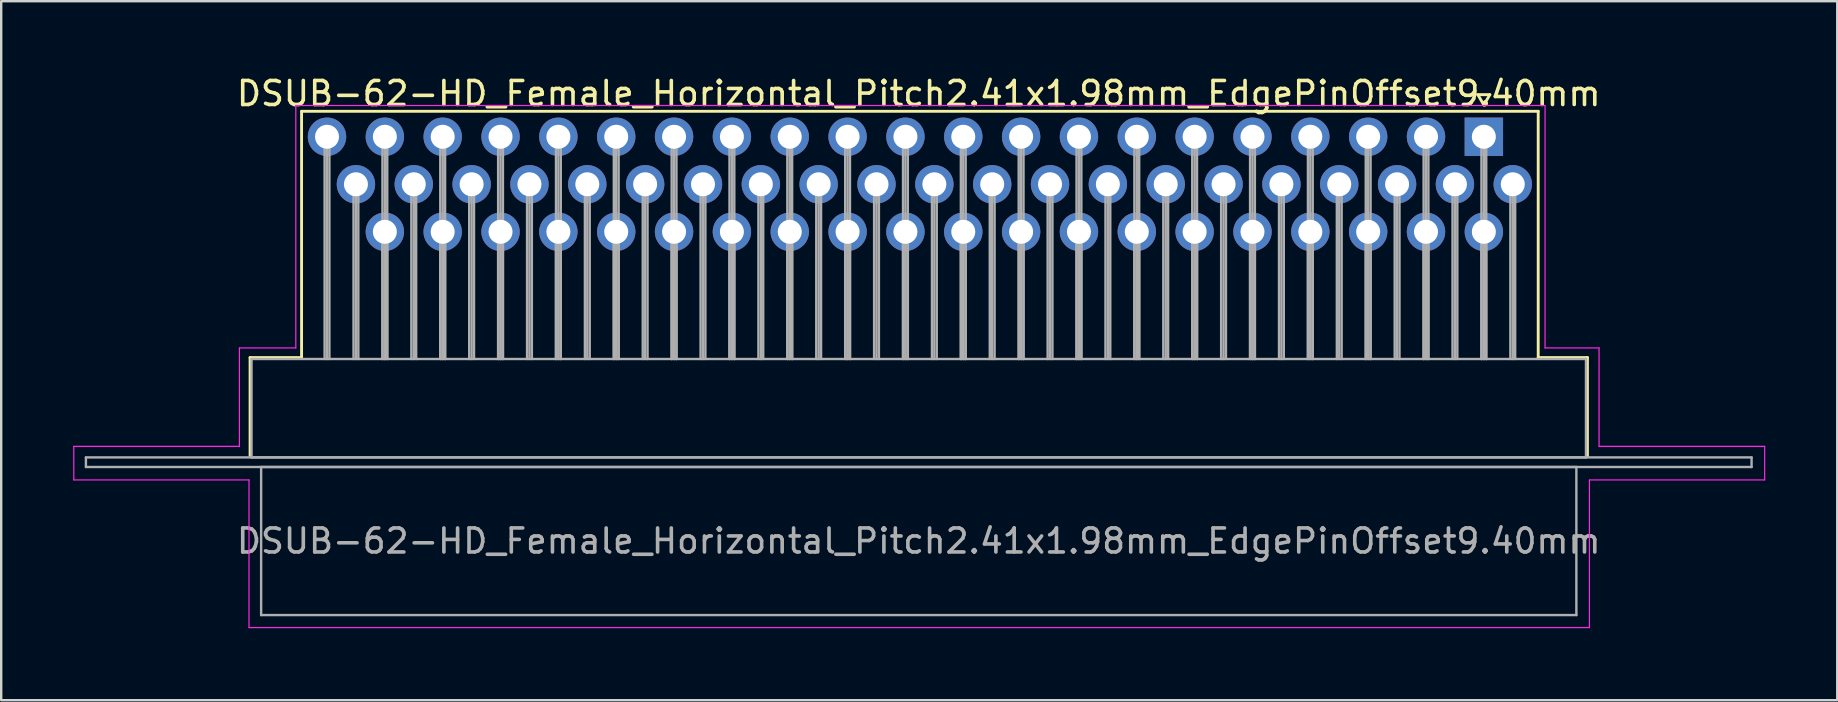
<source format=kicad_pcb>
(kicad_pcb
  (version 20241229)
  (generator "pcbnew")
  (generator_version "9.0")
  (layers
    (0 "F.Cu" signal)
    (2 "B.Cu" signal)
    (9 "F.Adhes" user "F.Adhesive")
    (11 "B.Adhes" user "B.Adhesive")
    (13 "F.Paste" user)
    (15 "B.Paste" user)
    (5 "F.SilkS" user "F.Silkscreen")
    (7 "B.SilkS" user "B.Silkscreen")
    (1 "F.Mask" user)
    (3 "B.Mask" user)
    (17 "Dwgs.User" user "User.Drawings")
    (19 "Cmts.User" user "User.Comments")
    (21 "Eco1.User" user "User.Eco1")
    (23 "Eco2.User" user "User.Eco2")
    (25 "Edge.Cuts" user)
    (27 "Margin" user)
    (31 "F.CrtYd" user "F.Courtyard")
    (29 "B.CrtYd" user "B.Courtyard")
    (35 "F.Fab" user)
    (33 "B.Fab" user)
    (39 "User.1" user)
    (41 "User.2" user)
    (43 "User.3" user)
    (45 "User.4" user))
  (footprint "DSUB-62-HD_Female_Horizontal_Pitch2.41x1.98mm_EdgePinOffset9.40mm"
    (layer "F.Cu")
    (at 58.775 2.648)
    (property "Reference" "DSUB-62-HD_Female_Horizontal_Pitch2.41x1.98mm_EdgePinOffset9.40mm" (at -23.545 -1.8 0) (layer "F.SilkS") (effects (font (size 1 1) (thickness 0.15))))
    (attr through_hole)
    (fp_line (start -51.405 9.2) (end -49.26 9.2) (stroke (width 0.12) (type solid)) (layer "F.SilkS"))
    (fp_line (start -51.405 13.3) (end -51.405 9.2) (stroke (width 0.12) (type solid)) (layer "F.SilkS"))
    (fp_line (start -49.26 -1.06) (end 2.265 -1.06) (stroke (width 0.12) (type solid)) (layer "F.SilkS"))
    (fp_line (start -49.26 9.2) (end -49.26 -1.06) (stroke (width 0.12) (type solid)) (layer "F.SilkS"))
    (fp_line (start -0.25 -1.754) (end 0.25 -1.754) (stroke (width 0.12) (type solid)) (layer "F.SilkS"))
    (fp_line (start 0 -1.321) (end -0.25 -1.754) (stroke (width 0.12) (type solid)) (layer "F.SilkS"))
    (fp_line (start 0.25 -1.754) (end 0 -1.321) (stroke (width 0.12) (type solid)) (layer "F.SilkS"))
    (fp_line (start 2.265 -1.06) (end 2.265 9.2) (stroke (width 0.12) (type solid)) (layer "F.SilkS"))
    (fp_line (start 2.265 9.2) (end 4.315 9.2) (stroke (width 0.12) (type solid)) (layer "F.SilkS"))
    (fp_line (start 4.315 9.2) (end 4.315 13.3) (stroke (width 0.12) (type solid)) (layer "F.SilkS"))
    (fp_line (start -58.75 12.9) (end -51.85 12.9) (stroke (width 0.05) (type solid)) (layer "F.CrtYd"))
    (fp_line (start -58.75 14.3) (end -58.75 12.9) (stroke (width 0.05) (type solid)) (layer "F.CrtYd"))
    (fp_line (start -51.85 8.8) (end -49.5 8.8) (stroke (width 0.05) (type solid)) (layer "F.CrtYd"))
    (fp_line (start -51.85 12.9) (end -51.85 8.8) (stroke (width 0.05) (type solid)) (layer "F.CrtYd"))
    (fp_line (start -51.45 14.3) (end -58.75 14.3) (stroke (width 0.05) (type solid)) (layer "F.CrtYd"))
    (fp_line (start -51.45 20.45) (end -51.45 14.3) (stroke (width 0.05) (type solid)) (layer "F.CrtYd"))
    (fp_line (start -49.5 -1.3) (end 2.55 -1.3) (stroke (width 0.05) (type solid)) (layer "F.CrtYd"))
    (fp_line (start -49.5 8.8) (end -49.5 -1.3) (stroke (width 0.05) (type solid)) (layer "F.CrtYd"))
    (fp_line (start 2.55 -1.3) (end 2.55 8.8) (stroke (width 0.05) (type solid)) (layer "F.CrtYd"))
    (fp_line (start 2.55 8.8) (end 4.8 8.8) (stroke (width 0.05) (type solid)) (layer "F.CrtYd"))
    (fp_line (start 4.4 14.3) (end 4.4 20.45) (stroke (width 0.05) (type solid)) (layer "F.CrtYd"))
    (fp_line (start 4.4 20.45) (end -51.45 20.45) (stroke (width 0.05) (type solid)) (layer "F.CrtYd"))
    (fp_line (start 4.8 8.8) (end 4.8 12.9) (stroke (width 0.05) (type solid)) (layer "F.CrtYd"))
    (fp_line (start 4.8 12.9) (end 11.7 12.9) (stroke (width 0.05) (type solid)) (layer "F.CrtYd"))
    (fp_line (start 11.7 12.9) (end 11.7 14.3) (stroke (width 0.05) (type solid)) (layer "F.CrtYd"))
    (fp_line (start 11.7 14.3) (end 4.4 14.3) (stroke (width 0.05) (type solid)) (layer "F.CrtYd"))
    (fp_line (start -58.245 13.36) (end -58.245 13.76) (stroke (width 0.1) (type solid)) (layer "F.Fab"))
    (fp_line (start -58.245 13.76) (end 11.155 13.76) (stroke (width 0.1) (type solid)) (layer "F.Fab"))
    (fp_line (start -51.345 9.26) (end -51.345 13.36) (stroke (width 0.1) (type solid)) (layer "F.Fab"))
    (fp_line (start -51.345 13.36) (end 4.255 13.36) (stroke (width 0.1) (type solid)) (layer "F.Fab"))
    (fp_line (start -50.945 13.76) (end -50.945 19.93) (stroke (width 0.1) (type solid)) (layer "F.Fab"))
    (fp_line (start -50.945 19.93) (end 3.855 19.93) (stroke (width 0.1) (type solid)) (layer "F.Fab"))
    (fp_line (start -48.3 0) (end -48.3 9.26) (stroke (width 0.1) (type solid)) (layer "F.Fab"))
    (fp_line (start -48.2 0) (end -48.2 9.26) (stroke (width 0.1) (type solid)) (layer "F.Fab"))
    (fp_line (start -48.1 0) (end -48.1 9.26) (stroke (width 0.1) (type solid)) (layer "F.Fab"))
    (fp_line (start -47.095 1.98) (end -47.095 9.26) (stroke (width 0.1) (type solid)) (layer "F.Fab"))
    (fp_line (start -46.995 1.98) (end -46.995 9.26) (stroke (width 0.1) (type solid)) (layer "F.Fab"))
    (fp_line (start -46.895 1.98) (end -46.895 9.26) (stroke (width 0.1) (type solid)) (layer "F.Fab"))
    (fp_line (start -45.89 0) (end -45.89 9.26) (stroke (width 0.1) (type solid)) (layer "F.Fab"))
    (fp_line (start -45.89 3.96) (end -45.89 9.26) (stroke (width 0.1) (type solid)) (layer "F.Fab"))
    (fp_line (start -45.79 0) (end -45.79 9.26) (stroke (width 0.1) (type solid)) (layer "F.Fab"))
    (fp_line (start -45.79 3.96) (end -45.79 9.26) (stroke (width 0.1) (type solid)) (layer "F.Fab"))
    (fp_line (start -45.69 0) (end -45.69 9.26) (stroke (width 0.1) (type solid)) (layer "F.Fab"))
    (fp_line (start -45.69 3.96) (end -45.69 9.26) (stroke (width 0.1) (type solid)) (layer "F.Fab"))
    (fp_line (start -44.685 1.98) (end -44.685 9.26) (stroke (width 0.1) (type solid)) (layer "F.Fab"))
    (fp_line (start -44.585 1.98) (end -44.585 9.26) (stroke (width 0.1) (type solid)) (layer "F.Fab"))
    (fp_line (start -44.485 1.98) (end -44.485 9.26) (stroke (width 0.1) (type solid)) (layer "F.Fab"))
    (fp_line (start -43.48 0) (end -43.48 9.26) (stroke (width 0.1) (type solid)) (layer "F.Fab"))
    (fp_line (start -43.48 3.96) (end -43.48 9.26) (stroke (width 0.1) (type solid)) (layer "F.Fab"))
    (fp_line (start -43.38 0) (end -43.38 9.26) (stroke (width 0.1) (type solid)) (layer "F.Fab"))
    (fp_line (start -43.38 3.96) (end -43.38 9.26) (stroke (width 0.1) (type solid)) (layer "F.Fab"))
    (fp_line (start -43.28 0) (end -43.28 9.26) (stroke (width 0.1) (type solid)) (layer "F.Fab"))
    (fp_line (start -43.28 3.96) (end -43.28 9.26) (stroke (width 0.1) (type solid)) (layer "F.Fab"))
    (fp_line (start -42.275 1.98) (end -42.275 9.26) (stroke (width 0.1) (type solid)) (layer "F.Fab"))
    (fp_line (start -42.175 1.98) (end -42.175 9.26) (stroke (width 0.1) (type solid)) (layer "F.Fab"))
    (fp_line (start -42.075 1.98) (end -42.075 9.26) (stroke (width 0.1) (type solid)) (layer "F.Fab"))
    (fp_line (start -41.07 0) (end -41.07 9.26) (stroke (width 0.1) (type solid)) (layer "F.Fab"))
    (fp_line (start -41.07 3.96) (end -41.07 9.26) (stroke (width 0.1) (type solid)) (layer "F.Fab"))
    (fp_line (start -40.97 0) (end -40.97 9.26) (stroke (width 0.1) (type solid)) (layer "F.Fab"))
    (fp_line (start -40.97 3.96) (end -40.97 9.26) (stroke (width 0.1) (type solid)) (layer "F.Fab"))
    (fp_line (start -40.87 0) (end -40.87 9.26) (stroke (width 0.1) (type solid)) (layer "F.Fab"))
    (fp_line (start -40.87 3.96) (end -40.87 9.26) (stroke (width 0.1) (type solid)) (layer "F.Fab"))
    (fp_line (start -39.865 1.98) (end -39.865 9.26) (stroke (width 0.1) (type solid)) (layer "F.Fab"))
    (fp_line (start -39.765 1.98) (end -39.765 9.26) (stroke (width 0.1) (type solid)) (layer "F.Fab"))
    (fp_line (start -39.665 1.98) (end -39.665 9.26) (stroke (width 0.1) (type solid)) (layer "F.Fab"))
    (fp_line (start -38.66 0) (end -38.66 9.26) (stroke (width 0.1) (type solid)) (layer "F.Fab"))
    (fp_line (start -38.66 3.96) (end -38.66 9.26) (stroke (width 0.1) (type solid)) (layer "F.Fab"))
    (fp_line (start -38.56 0) (end -38.56 9.26) (stroke (width 0.1) (type solid)) (layer "F.Fab"))
    (fp_line (start -38.56 3.96) (end -38.56 9.26) (stroke (width 0.1) (type solid)) (layer "F.Fab"))
    (fp_line (start -38.46 0) (end -38.46 9.26) (stroke (width 0.1) (type solid)) (layer "F.Fab"))
    (fp_line (start -38.46 3.96) (end -38.46 9.26) (stroke (width 0.1) (type solid)) (layer "F.Fab"))
    (fp_line (start -37.455 1.98) (end -37.455 9.26) (stroke (width 0.1) (type solid)) (layer "F.Fab"))
    (fp_line (start -37.355 1.98) (end -37.355 9.26) (stroke (width 0.1) (type solid)) (layer "F.Fab"))
    (fp_line (start -37.255 1.98) (end -37.255 9.26) (stroke (width 0.1) (type solid)) (layer "F.Fab"))
    (fp_line (start -36.25 0) (end -36.25 9.26) (stroke (width 0.1) (type solid)) (layer "F.Fab"))
    (fp_line (start -36.25 3.96) (end -36.25 9.26) (stroke (width 0.1) (type solid)) (layer "F.Fab"))
    (fp_line (start -36.15 0) (end -36.15 9.26) (stroke (width 0.1) (type solid)) (layer "F.Fab"))
    (fp_line (start -36.15 3.96) (end -36.15 9.26) (stroke (width 0.1) (type solid)) (layer "F.Fab"))
    (fp_line (start -36.05 0) (end -36.05 9.26) (stroke (width 0.1) (type solid)) (layer "F.Fab"))
    (fp_line (start -36.05 3.96) (end -36.05 9.26) (stroke (width 0.1) (type solid)) (layer "F.Fab"))
    (fp_line (start -35.045 1.98) (end -35.045 9.26) (stroke (width 0.1) (type solid)) (layer "F.Fab"))
    (fp_line (start -34.945 1.98) (end -34.945 9.26) (stroke (width 0.1) (type solid)) (layer "F.Fab"))
    (fp_line (start -34.845 1.98) (end -34.845 9.26) (stroke (width 0.1) (type solid)) (layer "F.Fab"))
    (fp_line (start -33.84 0) (end -33.84 9.26) (stroke (width 0.1) (type solid)) (layer "F.Fab"))
    (fp_line (start -33.84 3.96) (end -33.84 9.26) (stroke (width 0.1) (type solid)) (layer "F.Fab"))
    (fp_line (start -33.74 0) (end -33.74 9.26) (stroke (width 0.1) (type solid)) (layer "F.Fab"))
    (fp_line (start -33.74 3.96) (end -33.74 9.26) (stroke (width 0.1) (type solid)) (layer "F.Fab"))
    (fp_line (start -33.64 0) (end -33.64 9.26) (stroke (width 0.1) (type solid)) (layer "F.Fab"))
    (fp_line (start -33.64 3.96) (end -33.64 9.26) (stroke (width 0.1) (type solid)) (layer "F.Fab"))
    (fp_line (start -32.635 1.98) (end -32.635 9.26) (stroke (width 0.1) (type solid)) (layer "F.Fab"))
    (fp_line (start -32.535 1.98) (end -32.535 9.26) (stroke (width 0.1) (type solid)) (layer "F.Fab"))
    (fp_line (start -32.435 1.98) (end -32.435 9.26) (stroke (width 0.1) (type solid)) (layer "F.Fab"))
    (fp_line (start -31.43 0) (end -31.43 9.26) (stroke (width 0.1) (type solid)) (layer "F.Fab"))
    (fp_line (start -31.43 3.96) (end -31.43 9.26) (stroke (width 0.1) (type solid)) (layer "F.Fab"))
    (fp_line (start -31.33 0) (end -31.33 9.26) (stroke (width 0.1) (type solid)) (layer "F.Fab"))
    (fp_line (start -31.33 3.96) (end -31.33 9.26) (stroke (width 0.1) (type solid)) (layer "F.Fab"))
    (fp_line (start -31.23 0) (end -31.23 9.26) (stroke (width 0.1) (type solid)) (layer "F.Fab"))
    (fp_line (start -31.23 3.96) (end -31.23 9.26) (stroke (width 0.1) (type solid)) (layer "F.Fab"))
    (fp_line (start -30.225 1.98) (end -30.225 9.26) (stroke (width 0.1) (type solid)) (layer "F.Fab"))
    (fp_line (start -30.125 1.98) (end -30.125 9.26) (stroke (width 0.1) (type solid)) (layer "F.Fab"))
    (fp_line (start -30.025 1.98) (end -30.025 9.26) (stroke (width 0.1) (type solid)) (layer "F.Fab"))
    (fp_line (start -29.02 0) (end -29.02 9.26) (stroke (width 0.1) (type solid)) (layer "F.Fab"))
    (fp_line (start -29.02 3.96) (end -29.02 9.26) (stroke (width 0.1) (type solid)) (layer "F.Fab"))
    (fp_line (start -28.92 0) (end -28.92 9.26) (stroke (width 0.1) (type solid)) (layer "F.Fab"))
    (fp_line (start -28.92 3.96) (end -28.92 9.26) (stroke (width 0.1) (type solid)) (layer "F.Fab"))
    (fp_line (start -28.82 0) (end -28.82 9.26) (stroke (width 0.1) (type solid)) (layer "F.Fab"))
    (fp_line (start -28.82 3.96) (end -28.82 9.26) (stroke (width 0.1) (type solid)) (layer "F.Fab"))
    (fp_line (start -27.815 1.98) (end -27.815 9.26) (stroke (width 0.1) (type solid)) (layer "F.Fab"))
    (fp_line (start -27.715 1.98) (end -27.715 9.26) (stroke (width 0.1) (type solid)) (layer "F.Fab"))
    (fp_line (start -27.615 1.98) (end -27.615 9.26) (stroke (width 0.1) (type solid)) (layer "F.Fab"))
    (fp_line (start -26.61 0) (end -26.61 9.26) (stroke (width 0.1) (type solid)) (layer "F.Fab"))
    (fp_line (start -26.61 3.96) (end -26.61 9.26) (stroke (width 0.1) (type solid)) (layer "F.Fab"))
    (fp_line (start -26.51 0) (end -26.51 9.26) (stroke (width 0.1) (type solid)) (layer "F.Fab"))
    (fp_line (start -26.51 3.96) (end -26.51 9.26) (stroke (width 0.1) (type solid)) (layer "F.Fab"))
    (fp_line (start -26.41 0) (end -26.41 9.26) (stroke (width 0.1) (type solid)) (layer "F.Fab"))
    (fp_line (start -26.41 3.96) (end -26.41 9.26) (stroke (width 0.1) (type solid)) (layer "F.Fab"))
    (fp_line (start -25.405 1.98) (end -25.405 9.26) (stroke (width 0.1) (type solid)) (layer "F.Fab"))
    (fp_line (start -25.305 1.98) (end -25.305 9.26) (stroke (width 0.1) (type solid)) (layer "F.Fab"))
    (fp_line (start -25.205 1.98) (end -25.205 9.26) (stroke (width 0.1) (type solid)) (layer "F.Fab"))
    (fp_line (start -24.2 0) (end -24.2 9.26) (stroke (width 0.1) (type solid)) (layer "F.Fab"))
    (fp_line (start -24.2 3.96) (end -24.2 9.26) (stroke (width 0.1) (type solid)) (layer "F.Fab"))
    (fp_line (start -24.1 0) (end -24.1 9.26) (stroke (width 0.1) (type solid)) (layer "F.Fab"))
    (fp_line (start -24.1 3.96) (end -24.1 9.26) (stroke (width 0.1) (type solid)) (layer "F.Fab"))
    (fp_line (start -24 0) (end -24 9.26) (stroke (width 0.1) (type solid)) (layer "F.Fab"))
    (fp_line (start -24 3.96) (end -24 9.26) (stroke (width 0.1) (type solid)) (layer "F.Fab"))
    (fp_line (start -22.995 1.98) (end -22.995 9.26) (stroke (width 0.1) (type solid)) (layer "F.Fab"))
    (fp_line (start -22.895 1.98) (end -22.895 9.26) (stroke (width 0.1) (type solid)) (layer "F.Fab"))
    (fp_line (start -22.795 1.98) (end -22.795 9.26) (stroke (width 0.1) (type solid)) (layer "F.Fab"))
    (fp_line (start -21.79 0) (end -21.79 9.26) (stroke (width 0.1) (type solid)) (layer "F.Fab"))
    (fp_line (start -21.79 3.96) (end -21.79 9.26) (stroke (width 0.1) (type solid)) (layer "F.Fab"))
    (fp_line (start -21.69 0) (end -21.69 9.26) (stroke (width 0.1) (type solid)) (layer "F.Fab"))
    (fp_line (start -21.69 3.96) (end -21.69 9.26) (stroke (width 0.1) (type solid)) (layer "F.Fab"))
    (fp_line (start -21.59 0) (end -21.59 9.26) (stroke (width 0.1) (type solid)) (layer "F.Fab"))
    (fp_line (start -21.59 3.96) (end -21.59 9.26) (stroke (width 0.1) (type solid)) (layer "F.Fab"))
    (fp_line (start -20.585 1.98) (end -20.585 9.26) (stroke (width 0.1) (type solid)) (layer "F.Fab"))
    (fp_line (start -20.485 1.98) (end -20.485 9.26) (stroke (width 0.1) (type solid)) (layer "F.Fab"))
    (fp_line (start -20.385 1.98) (end -20.385 9.26) (stroke (width 0.1) (type solid)) (layer "F.Fab"))
    (fp_line (start -19.38 0) (end -19.38 9.26) (stroke (width 0.1) (type solid)) (layer "F.Fab"))
    (fp_line (start -19.38 3.96) (end -19.38 9.26) (stroke (width 0.1) (type solid)) (layer "F.Fab"))
    (fp_line (start -19.28 0) (end -19.28 9.26) (stroke (width 0.1) (type solid)) (layer "F.Fab"))
    (fp_line (start -19.28 3.96) (end -19.28 9.26) (stroke (width 0.1) (type solid)) (layer "F.Fab"))
    (fp_line (start -19.18 0) (end -19.18 9.26) (stroke (width 0.1) (type solid)) (layer "F.Fab"))
    (fp_line (start -19.18 3.96) (end -19.18 9.26) (stroke (width 0.1) (type solid)) (layer "F.Fab"))
    (fp_line (start -18.175 1.98) (end -18.175 9.26) (stroke (width 0.1) (type solid)) (layer "F.Fab"))
    (fp_line (start -18.075 1.98) (end -18.075 9.26) (stroke (width 0.1) (type solid)) (layer "F.Fab"))
    (fp_line (start -17.975 1.98) (end -17.975 9.26) (stroke (width 0.1) (type solid)) (layer "F.Fab"))
    (fp_line (start -16.97 0) (end -16.97 9.26) (stroke (width 0.1) (type solid)) (layer "F.Fab"))
    (fp_line (start -16.97 3.96) (end -16.97 9.26) (stroke (width 0.1) (type solid)) (layer "F.Fab"))
    (fp_line (start -16.87 0) (end -16.87 9.26) (stroke (width 0.1) (type solid)) (layer "F.Fab"))
    (fp_line (start -16.87 3.96) (end -16.87 9.26) (stroke (width 0.1) (type solid)) (layer "F.Fab"))
    (fp_line (start -16.77 0) (end -16.77 9.26) (stroke (width 0.1) (type solid)) (layer "F.Fab"))
    (fp_line (start -16.77 3.96) (end -16.77 9.26) (stroke (width 0.1) (type solid)) (layer "F.Fab"))
    (fp_line (start -15.765 1.98) (end -15.765 9.26) (stroke (width 0.1) (type solid)) (layer "F.Fab"))
    (fp_line (start -15.665 1.98) (end -15.665 9.26) (stroke (width 0.1) (type solid)) (layer "F.Fab"))
    (fp_line (start -15.565 1.98) (end -15.565 9.26) (stroke (width 0.1) (type solid)) (layer "F.Fab"))
    (fp_line (start -14.56 0) (end -14.56 9.26) (stroke (width 0.1) (type solid)) (layer "F.Fab"))
    (fp_line (start -14.56 3.96) (end -14.56 9.26) (stroke (width 0.1) (type solid)) (layer "F.Fab"))
    (fp_line (start -14.46 0) (end -14.46 9.26) (stroke (width 0.1) (type solid)) (layer "F.Fab"))
    (fp_line (start -14.46 3.96) (end -14.46 9.26) (stroke (width 0.1) (type solid)) (layer "F.Fab"))
    (fp_line (start -14.36 0) (end -14.36 9.26) (stroke (width 0.1) (type solid)) (layer "F.Fab"))
    (fp_line (start -14.36 3.96) (end -14.36 9.26) (stroke (width 0.1) (type solid)) (layer "F.Fab"))
    (fp_line (start -13.355 1.98) (end -13.355 9.26) (stroke (width 0.1) (type solid)) (layer "F.Fab"))
    (fp_line (start -13.255 1.98) (end -13.255 9.26) (stroke (width 0.1) (type solid)) (layer "F.Fab"))
    (fp_line (start -13.155 1.98) (end -13.155 9.26) (stroke (width 0.1) (type solid)) (layer "F.Fab"))
    (fp_line (start -12.15 0) (end -12.15 9.26) (stroke (width 0.1) (type solid)) (layer "F.Fab"))
    (fp_line (start -12.15 3.96) (end -12.15 9.26) (stroke (width 0.1) (type solid)) (layer "F.Fab"))
    (fp_line (start -12.05 0) (end -12.05 9.26) (stroke (width 0.1) (type solid)) (layer "F.Fab"))
    (fp_line (start -12.05 3.96) (end -12.05 9.26) (stroke (width 0.1) (type solid)) (layer "F.Fab"))
    (fp_line (start -11.95 0) (end -11.95 9.26) (stroke (width 0.1) (type solid)) (layer "F.Fab"))
    (fp_line (start -11.95 3.96) (end -11.95 9.26) (stroke (width 0.1) (type solid)) (layer "F.Fab"))
    (fp_line (start -10.945 1.98) (end -10.945 9.26) (stroke (width 0.1) (type solid)) (layer "F.Fab"))
    (fp_line (start -10.845 1.98) (end -10.845 9.26) (stroke (width 0.1) (type solid)) (layer "F.Fab"))
    (fp_line (start -10.745 1.98) (end -10.745 9.26) (stroke (width 0.1) (type solid)) (layer "F.Fab"))
    (fp_line (start -9.74 0) (end -9.74 9.26) (stroke (width 0.1) (type solid)) (layer "F.Fab"))
    (fp_line (start -9.74 3.96) (end -9.74 9.26) (stroke (width 0.1) (type solid)) (layer "F.Fab"))
    (fp_line (start -9.64 0) (end -9.64 9.26) (stroke (width 0.1) (type solid)) (layer "F.Fab"))
    (fp_line (start -9.64 3.96) (end -9.64 9.26) (stroke (width 0.1) (type solid)) (layer "F.Fab"))
    (fp_line (start -9.54 0) (end -9.54 9.26) (stroke (width 0.1) (type solid)) (layer "F.Fab"))
    (fp_line (start -9.54 3.96) (end -9.54 9.26) (stroke (width 0.1) (type solid)) (layer "F.Fab"))
    (fp_line (start -8.535 1.98) (end -8.535 9.26) (stroke (width 0.1) (type solid)) (layer "F.Fab"))
    (fp_line (start -8.435 1.98) (end -8.435 9.26) (stroke (width 0.1) (type solid)) (layer "F.Fab"))
    (fp_line (start -8.335 1.98) (end -8.335 9.26) (stroke (width 0.1) (type solid)) (layer "F.Fab"))
    (fp_line (start -7.33 0) (end -7.33 9.26) (stroke (width 0.1) (type solid)) (layer "F.Fab"))
    (fp_line (start -7.33 3.96) (end -7.33 9.26) (stroke (width 0.1) (type solid)) (layer "F.Fab"))
    (fp_line (start -7.23 0) (end -7.23 9.26) (stroke (width 0.1) (type solid)) (layer "F.Fab"))
    (fp_line (start -7.23 3.96) (end -7.23 9.26) (stroke (width 0.1) (type solid)) (layer "F.Fab"))
    (fp_line (start -7.13 0) (end -7.13 9.26) (stroke (width 0.1) (type solid)) (layer "F.Fab"))
    (fp_line (start -7.13 3.96) (end -7.13 9.26) (stroke (width 0.1) (type solid)) (layer "F.Fab"))
    (fp_line (start -6.125 1.98) (end -6.125 9.26) (stroke (width 0.1) (type solid)) (layer "F.Fab"))
    (fp_line (start -6.025 1.98) (end -6.025 9.26) (stroke (width 0.1) (type solid)) (layer "F.Fab"))
    (fp_line (start -5.925 1.98) (end -5.925 9.26) (stroke (width 0.1) (type solid)) (layer "F.Fab"))
    (fp_line (start -4.92 0) (end -4.92 9.26) (stroke (width 0.1) (type solid)) (layer "F.Fab"))
    (fp_line (start -4.92 3.96) (end -4.92 9.26) (stroke (width 0.1) (type solid)) (layer "F.Fab"))
    (fp_line (start -4.82 0) (end -4.82 9.26) (stroke (width 0.1) (type solid)) (layer "F.Fab"))
    (fp_line (start -4.82 3.96) (end -4.82 9.26) (stroke (width 0.1) (type solid)) (layer "F.Fab"))
    (fp_line (start -4.72 0) (end -4.72 9.26) (stroke (width 0.1) (type solid)) (layer "F.Fab"))
    (fp_line (start -4.72 3.96) (end -4.72 9.26) (stroke (width 0.1) (type solid)) (layer "F.Fab"))
    (fp_line (start -3.715 1.98) (end -3.715 9.26) (stroke (width 0.1) (type solid)) (layer "F.Fab"))
    (fp_line (start -3.615 1.98) (end -3.615 9.26) (stroke (width 0.1) (type solid)) (layer "F.Fab"))
    (fp_line (start -3.515 1.98) (end -3.515 9.26) (stroke (width 0.1) (type solid)) (layer "F.Fab"))
    (fp_line (start -2.51 0) (end -2.51 9.26) (stroke (width 0.1) (type solid)) (layer "F.Fab"))
    (fp_line (start -2.51 3.96) (end -2.51 9.26) (stroke (width 0.1) (type solid)) (layer "F.Fab"))
    (fp_line (start -2.41 0) (end -2.41 9.26) (stroke (width 0.1) (type solid)) (layer "F.Fab"))
    (fp_line (start -2.41 3.96) (end -2.41 9.26) (stroke (width 0.1) (type solid)) (layer "F.Fab"))
    (fp_line (start -2.31 0) (end -2.31 9.26) (stroke (width 0.1) (type solid)) (layer "F.Fab"))
    (fp_line (start -2.31 3.96) (end -2.31 9.26) (stroke (width 0.1) (type solid)) (layer "F.Fab"))
    (fp_line (start -1.305 1.98) (end -1.305 9.26) (stroke (width 0.1) (type solid)) (layer "F.Fab"))
    (fp_line (start -1.205 1.98) (end -1.205 9.26) (stroke (width 0.1) (type solid)) (layer "F.Fab"))
    (fp_line (start -1.105 1.98) (end -1.105 9.26) (stroke (width 0.1) (type solid)) (layer "F.Fab"))
    (fp_line (start -0.1 0) (end -0.1 9.26) (stroke (width 0.1) (type solid)) (layer "F.Fab"))
    (fp_line (start -0.1 3.96) (end -0.1 9.26) (stroke (width 0.1) (type solid)) (layer "F.Fab"))
    (fp_line (start 0 0) (end 0 9.26) (stroke (width 0.1) (type solid)) (layer "F.Fab"))
    (fp_line (start 0 3.96) (end 0 9.26) (stroke (width 0.1) (type solid)) (layer "F.Fab"))
    (fp_line (start 0.1 0) (end 0.1 9.26) (stroke (width 0.1) (type solid)) (layer "F.Fab"))
    (fp_line (start 0.1 3.96) (end 0.1 9.26) (stroke (width 0.1) (type solid)) (layer "F.Fab"))
    (fp_line (start 1.105 1.98) (end 1.105 9.26) (stroke (width 0.1) (type solid)) (layer "F.Fab"))
    (fp_line (start 1.205 1.98) (end 1.205 9.26) (stroke (width 0.1) (type solid)) (layer "F.Fab"))
    (fp_line (start 1.305 1.98) (end 1.305 9.26) (stroke (width 0.1) (type solid)) (layer "F.Fab"))
    (fp_line (start 3.855 13.76) (end -50.945 13.76) (stroke (width 0.1) (type solid)) (layer "F.Fab"))
    (fp_line (start 3.855 19.93) (end 3.855 13.76) (stroke (width 0.1) (type solid)) (layer "F.Fab"))
    (fp_line (start 4.255 9.26) (end -51.345 9.26) (stroke (width 0.1) (type solid)) (layer "F.Fab"))
    (fp_line (start 4.255 13.36) (end 4.255 9.26) (stroke (width 0.1) (type solid)) (layer "F.Fab"))
    (fp_line (start 11.155 13.36) (end -58.245 13.36) (stroke (width 0.1) (type solid)) (layer "F.Fab"))
    (fp_line (start 11.155 13.76) (end 11.155 13.36) (stroke (width 0.1) (type solid)) (layer "F.Fab"))
    (fp_text user "${REFERENCE}" (at -23.545 16.845 0) (layer "F.Fab") (effects (font (size 1 1) (thickness 0.15))))
    (pad "1" thru_hole rect (at 0 0) (size 1.6 1.6) (drill 1) (layers "*.Cu" "*.Mask"))
    (pad "2" thru_hole circle (at -2.41 0) (size 1.6 1.6) (drill 1) (layers "*.Cu" "*.Mask"))
    (pad "3" thru_hole circle (at -4.82 0) (size 1.6 1.6) (drill 1) (layers "*.Cu" "*.Mask"))
    (pad "4" thru_hole circle (at -7.23 0) (size 1.6 1.6) (drill 1) (layers "*.Cu" "*.Mask"))
    (pad "5" thru_hole circle (at -9.64 0) (size 1.6 1.6) (drill 1) (layers "*.Cu" "*.Mask"))
    (pad "6" thru_hole circle (at -12.05 0) (size 1.6 1.6) (drill 1) (layers "*.Cu" "*.Mask"))
    (pad "7" thru_hole circle (at -14.46 0) (size 1.6 1.6) (drill 1) (layers "*.Cu" "*.Mask"))
    (pad "8" thru_hole circle (at -16.87 0) (size 1.6 1.6) (drill 1) (layers "*.Cu" "*.Mask"))
    (pad "9" thru_hole circle (at -19.28 0) (size 1.6 1.6) (drill 1) (layers "*.Cu" "*.Mask"))
    (pad "10" thru_hole circle (at -21.69 0) (size 1.6 1.6) (drill 1) (layers "*.Cu" "*.Mask"))
    (pad "11" thru_hole circle (at -24.1 0) (size 1.6 1.6) (drill 1) (layers "*.Cu" "*.Mask"))
    (pad "12" thru_hole circle (at -26.51 0) (size 1.6 1.6) (drill 1) (layers "*.Cu" "*.Mask"))
    (pad "13" thru_hole circle (at -28.92 0) (size 1.6 1.6) (drill 1) (layers "*.Cu" "*.Mask"))
    (pad "14" thru_hole circle (at -31.33 0) (size 1.6 1.6) (drill 1) (layers "*.Cu" "*.Mask"))
    (pad "15" thru_hole circle (at -33.74 0) (size 1.6 1.6) (drill 1) (layers "*.Cu" "*.Mask"))
    (pad "16" thru_hole circle (at -36.15 0) (size 1.6 1.6) (drill 1) (layers "*.Cu" "*.Mask"))
    (pad "17" thru_hole circle (at -38.56 0) (size 1.6 1.6) (drill 1) (layers "*.Cu" "*.Mask"))
    (pad "18" thru_hole circle (at -40.97 0) (size 1.6 1.6) (drill 1) (layers "*.Cu" "*.Mask"))
    (pad "19" thru_hole circle (at -43.38 0) (size 1.6 1.6) (drill 1) (layers "*.Cu" "*.Mask"))
    (pad "20" thru_hole circle (at -45.79 0) (size 1.6 1.6) (drill 1) (layers "*.Cu" "*.Mask"))
    (pad "21" thru_hole circle (at -48.2 0) (size 1.6 1.6) (drill 1) (layers "*.Cu" "*.Mask"))
    (pad "22" thru_hole circle (at 1.205 1.98) (size 1.6 1.6) (drill 1) (layers "*.Cu" "*.Mask"))
    (pad "23" thru_hole circle (at -1.205 1.98) (size 1.6 1.6) (drill 1) (layers "*.Cu" "*.Mask"))
    (pad "24" thru_hole circle (at -3.615 1.98) (size 1.6 1.6) (drill 1) (layers "*.Cu" "*.Mask"))
    (pad "25" thru_hole circle (at -6.025 1.98) (size 1.6 1.6) (drill 1) (layers "*.Cu" "*.Mask"))
    (pad "26" thru_hole circle (at -8.435 1.98) (size 1.6 1.6) (drill 1) (layers "*.Cu" "*.Mask"))
    (pad "27" thru_hole circle (at -10.845 1.98) (size 1.6 1.6) (drill 1) (layers "*.Cu" "*.Mask"))
    (pad "28" thru_hole circle (at -13.255 1.98) (size 1.6 1.6) (drill 1) (layers "*.Cu" "*.Mask"))
    (pad "29" thru_hole circle (at -15.665 1.98) (size 1.6 1.6) (drill 1) (layers "*.Cu" "*.Mask"))
    (pad "30" thru_hole circle (at -18.075 1.98) (size 1.6 1.6) (drill 1) (layers "*.Cu" "*.Mask"))
    (pad "31" thru_hole circle (at -20.485 1.98) (size 1.6 1.6) (drill 1) (layers "*.Cu" "*.Mask"))
    (pad "32" thru_hole circle (at -22.895 1.98) (size 1.6 1.6) (drill 1) (layers "*.Cu" "*.Mask"))
    (pad "33" thru_hole circle (at -25.305 1.98) (size 1.6 1.6) (drill 1) (layers "*.Cu" "*.Mask"))
    (pad "34" thru_hole circle (at -27.715 1.98) (size 1.6 1.6) (drill 1) (layers "*.Cu" "*.Mask"))
    (pad "35" thru_hole circle (at -30.125 1.98) (size 1.6 1.6) (drill 1) (layers "*.Cu" "*.Mask"))
    (pad "36" thru_hole circle (at -32.535 1.98) (size 1.6 1.6) (drill 1) (layers "*.Cu" "*.Mask"))
    (pad "37" thru_hole circle (at -34.945 1.98) (size 1.6 1.6) (drill 1) (layers "*.Cu" "*.Mask"))
    (pad "38" thru_hole circle (at -37.355 1.98) (size 1.6 1.6) (drill 1) (layers "*.Cu" "*.Mask"))
    (pad "39" thru_hole circle (at -39.765 1.98) (size 1.6 1.6) (drill 1) (layers "*.Cu" "*.Mask"))
    (pad "40" thru_hole circle (at -42.175 1.98) (size 1.6 1.6) (drill 1) (layers "*.Cu" "*.Mask"))
    (pad "41" thru_hole circle (at -44.585 1.98) (size 1.6 1.6) (drill 1) (layers "*.Cu" "*.Mask"))
    (pad "42" thru_hole circle (at -46.995 1.98) (size 1.6 1.6) (drill 1) (layers "*.Cu" "*.Mask"))
    (pad "43" thru_hole circle (at 0 3.96) (size 1.6 1.6) (drill 1) (layers "*.Cu" "*.Mask"))
    (pad "44" thru_hole circle (at -2.41 3.96) (size 1.6 1.6) (drill 1) (layers "*.Cu" "*.Mask"))
    (pad "45" thru_hole circle (at -4.82 3.96) (size 1.6 1.6) (drill 1) (layers "*.Cu" "*.Mask"))
    (pad "46" thru_hole circle (at -7.23 3.96) (size 1.6 1.6) (drill 1) (layers "*.Cu" "*.Mask"))
    (pad "47" thru_hole circle (at -9.64 3.96) (size 1.6 1.6) (drill 1) (layers "*.Cu" "*.Mask"))
    (pad "48" thru_hole circle (at -12.05 3.96) (size 1.6 1.6) (drill 1) (layers "*.Cu" "*.Mask"))
    (pad "49" thru_hole circle (at -14.46 3.96) (size 1.6 1.6) (drill 1) (layers "*.Cu" "*.Mask"))
    (pad "50" thru_hole circle (at -16.87 3.96) (size 1.6 1.6) (drill 1) (layers "*.Cu" "*.Mask"))
    (pad "51" thru_hole circle (at -19.28 3.96) (size 1.6 1.6) (drill 1) (layers "*.Cu" "*.Mask"))
    (pad "52" thru_hole circle (at -21.69 3.96) (size 1.6 1.6) (drill 1) (layers "*.Cu" "*.Mask"))
    (pad "53" thru_hole circle (at -24.1 3.96) (size 1.6 1.6) (drill 1) (layers "*.Cu" "*.Mask"))
    (pad "54" thru_hole circle (at -26.51 3.96) (size 1.6 1.6) (drill 1) (layers "*.Cu" "*.Mask"))
    (pad "55" thru_hole circle (at -28.92 3.96) (size 1.6 1.6) (drill 1) (layers "*.Cu" "*.Mask"))
    (pad "56" thru_hole circle (at -31.33 3.96) (size 1.6 1.6) (drill 1) (layers "*.Cu" "*.Mask"))
    (pad "57" thru_hole circle (at -33.74 3.96) (size 1.6 1.6) (drill 1) (layers "*.Cu" "*.Mask"))
    (pad "58" thru_hole circle (at -36.15 3.96) (size 1.6 1.6) (drill 1) (layers "*.Cu" "*.Mask"))
    (pad "59" thru_hole circle (at -38.56 3.96) (size 1.6 1.6) (drill 1) (layers "*.Cu" "*.Mask"))
    (pad "60" thru_hole circle (at -40.97 3.96) (size 1.6 1.6) (drill 1) (layers "*.Cu" "*.Mask"))
    (pad "61" thru_hole circle (at -43.38 3.96) (size 1.6 1.6) (drill 1) (layers "*.Cu" "*.Mask"))
    (pad "62" thru_hole circle (at -45.79 3.96) (size 1.6 1.6) (drill 1) (layers "*.Cu" "*.Mask")))
  (gr_rect
    (start -3 -3)
    (end 73.5 26.123)
    (stroke (width 0.1) (type default))
    (fill no)
    (layer "Edge.Cuts")))
</source>
